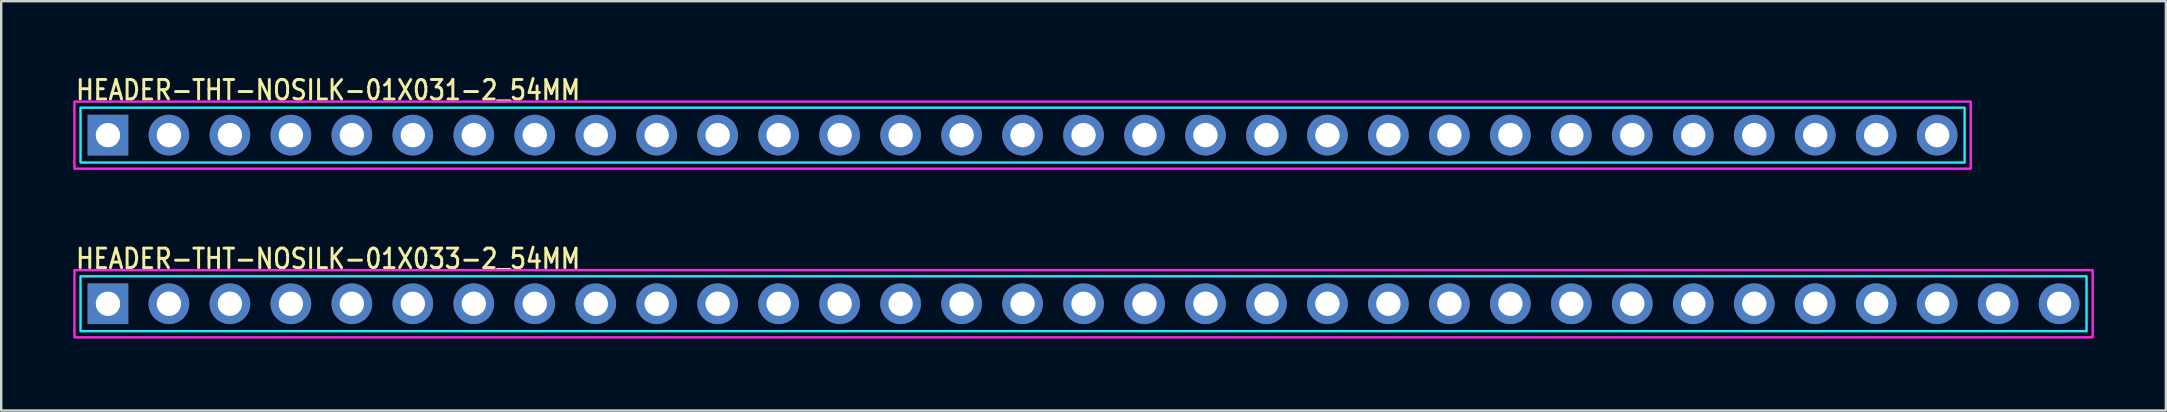
<source format=kicad_pcb>
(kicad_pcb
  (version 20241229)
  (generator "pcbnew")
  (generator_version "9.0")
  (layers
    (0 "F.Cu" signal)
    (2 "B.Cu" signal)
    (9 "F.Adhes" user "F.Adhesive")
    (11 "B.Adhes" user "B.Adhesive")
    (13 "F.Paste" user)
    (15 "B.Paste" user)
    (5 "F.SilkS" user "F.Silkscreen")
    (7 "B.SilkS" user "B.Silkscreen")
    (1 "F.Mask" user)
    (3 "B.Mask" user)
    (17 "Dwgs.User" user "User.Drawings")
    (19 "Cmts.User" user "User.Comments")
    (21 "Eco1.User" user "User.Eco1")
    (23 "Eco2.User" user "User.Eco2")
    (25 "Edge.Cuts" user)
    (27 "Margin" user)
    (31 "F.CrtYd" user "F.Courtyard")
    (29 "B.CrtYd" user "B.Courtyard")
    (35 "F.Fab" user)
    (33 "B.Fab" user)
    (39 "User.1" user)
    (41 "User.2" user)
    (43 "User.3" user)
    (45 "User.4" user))
  (footprint "HEADER-THT-NOSILK-01X033-2_54MM"
    (layer "F.Cu")
    (at 1.447 9.604)
    (property "Reference" "HEADER-THT-NOSILK-01X033-2_54MM" (at -1.4 -1.4 0) (unlocked yes) (layer "F.SilkS") (effects (font (size 0.813 0.695) (thickness 0.122)) (justify left bottom)))
    (fp_poly (pts (xy -1.143 -1.143) (xy 82.423 -1.143) (xy 82.423 1.143) (xy -1.143 1.143)) (stroke (width 0.1) (type solid)) (fill no) (layer "B.CrtYd"))
    (fp_poly (pts (xy -1.397 -1.397) (xy 82.677 -1.397) (xy 82.677 1.397) (xy -1.397 1.397)) (stroke (width 0.1) (type solid)) (fill no) (layer "F.CrtYd"))
    (pad "1" thru_hole rect (at 0 0) (size 1.693 1.693) (drill 1.016) (layers "*.Cu" "*.Mask"))
    (pad "2" thru_hole oval (at 2.54 0) (size 1.693 1.693) (drill 1.016) (layers "*.Cu" "*.Mask"))
    (pad "3" thru_hole oval (at 5.08 0) (size 1.693 1.693) (drill 1.016) (layers "*.Cu" "*.Mask"))
    (pad "4" thru_hole oval (at 7.62 0) (size 1.693 1.693) (drill 1.016) (layers "*.Cu" "*.Mask"))
    (pad "5" thru_hole oval (at 10.16 0) (size 1.693 1.693) (drill 1.016) (layers "*.Cu" "*.Mask"))
    (pad "6" thru_hole oval (at 12.7 0) (size 1.693 1.693) (drill 1.016) (layers "*.Cu" "*.Mask"))
    (pad "7" thru_hole oval (at 15.24 0) (size 1.693 1.693) (drill 1.016) (layers "*.Cu" "*.Mask"))
    (pad "8" thru_hole oval (at 17.78 0) (size 1.693 1.693) (drill 1.016) (layers "*.Cu" "*.Mask"))
    (pad "9" thru_hole oval (at 20.32 0) (size 1.693 1.693) (drill 1.016) (layers "*.Cu" "*.Mask"))
    (pad "10" thru_hole oval (at 22.86 0) (size 1.693 1.693) (drill 1.016) (layers "*.Cu" "*.Mask"))
    (pad "11" thru_hole oval (at 25.4 0) (size 1.693 1.693) (drill 1.016) (layers "*.Cu" "*.Mask"))
    (pad "12" thru_hole oval (at 27.94 0) (size 1.693 1.693) (drill 1.016) (layers "*.Cu" "*.Mask"))
    (pad "13" thru_hole oval (at 30.48 0) (size 1.693 1.693) (drill 1.016) (layers "*.Cu" "*.Mask"))
    (pad "14" thru_hole oval (at 33.02 0) (size 1.693 1.693) (drill 1.016) (layers "*.Cu" "*.Mask"))
    (pad "15" thru_hole oval (at 35.56 0) (size 1.693 1.693) (drill 1.016) (layers "*.Cu" "*.Mask"))
    (pad "16" thru_hole oval (at 38.1 0) (size 1.693 1.693) (drill 1.016) (layers "*.Cu" "*.Mask"))
    (pad "17" thru_hole oval (at 40.64 0) (size 1.693 1.693) (drill 1.016) (layers "*.Cu" "*.Mask"))
    (pad "18" thru_hole oval (at 43.18 0) (size 1.693 1.693) (drill 1.016) (layers "*.Cu" "*.Mask"))
    (pad "19" thru_hole oval (at 45.72 0) (size 1.693 1.693) (drill 1.016) (layers "*.Cu" "*.Mask"))
    (pad "20" thru_hole oval (at 48.26 0) (size 1.693 1.693) (drill 1.016) (layers "*.Cu" "*.Mask"))
    (pad "21" thru_hole oval (at 50.8 0) (size 1.693 1.693) (drill 1.016) (layers "*.Cu" "*.Mask"))
    (pad "22" thru_hole oval (at 53.34 0) (size 1.693 1.693) (drill 1.016) (layers "*.Cu" "*.Mask"))
    (pad "23" thru_hole oval (at 55.88 0) (size 1.693 1.693) (drill 1.016) (layers "*.Cu" "*.Mask"))
    (pad "24" thru_hole oval (at 58.42 0) (size 1.693 1.693) (drill 1.016) (layers "*.Cu" "*.Mask"))
    (pad "25" thru_hole oval (at 60.96 0) (size 1.693 1.693) (drill 1.016) (layers "*.Cu" "*.Mask"))
    (pad "26" thru_hole oval (at 63.5 0) (size 1.693 1.693) (drill 1.016) (layers "*.Cu" "*.Mask"))
    (pad "27" thru_hole oval (at 66.04 0) (size 1.693 1.693) (drill 1.016) (layers "*.Cu" "*.Mask"))
    (pad "28" thru_hole oval (at 68.58 0) (size 1.693 1.693) (drill 1.016) (layers "*.Cu" "*.Mask"))
    (pad "29" thru_hole oval (at 71.12 0) (size 1.693 1.693) (drill 1.016) (layers "*.Cu" "*.Mask"))
    (pad "30" thru_hole oval (at 73.66 0) (size 1.693 1.693) (drill 1.016) (layers "*.Cu" "*.Mask"))
    (pad "31" thru_hole oval (at 76.2 0) (size 1.693 1.693) (drill 1.016) (layers "*.Cu" "*.Mask"))
    (pad "32" thru_hole oval (at 78.74 0) (size 1.693 1.693) (drill 1.016) (layers "*.Cu" "*.Mask"))
    (pad "33" thru_hole oval (at 81.28 0) (size 1.693 1.693) (drill 1.016) (layers "*.Cu" "*.Mask")))
  (footprint "HEADER-THT-NOSILK-01X031-2_54MM"
    (layer "F.Cu")
    (at 1.447 2.579)
    (property "Reference" "HEADER-THT-NOSILK-01X031-2_54MM" (at -1.4 -1.4 0) (unlocked yes) (layer "F.SilkS") (effects (font (size 0.813 0.695) (thickness 0.122)) (justify left bottom)))
    (fp_poly (pts (xy -1.143 -1.143) (xy 77.343 -1.143) (xy 77.343 1.143) (xy -1.143 1.143)) (stroke (width 0.1) (type solid)) (fill no) (layer "B.CrtYd"))
    (fp_poly (pts (xy -1.397 -1.397) (xy 77.597 -1.397) (xy 77.597 1.397) (xy -1.397 1.397)) (stroke (width 0.1) (type solid)) (fill no) (layer "F.CrtYd"))
    (pad "1" thru_hole rect (at 0 0) (size 1.693 1.693) (drill 1.016) (layers "*.Cu" "*.Mask"))
    (pad "2" thru_hole oval (at 2.54 0) (size 1.693 1.693) (drill 1.016) (layers "*.Cu" "*.Mask"))
    (pad "3" thru_hole oval (at 5.08 0) (size 1.693 1.693) (drill 1.016) (layers "*.Cu" "*.Mask"))
    (pad "4" thru_hole oval (at 7.62 0) (size 1.693 1.693) (drill 1.016) (layers "*.Cu" "*.Mask"))
    (pad "5" thru_hole oval (at 10.16 0) (size 1.693 1.693) (drill 1.016) (layers "*.Cu" "*.Mask"))
    (pad "6" thru_hole oval (at 12.7 0) (size 1.693 1.693) (drill 1.016) (layers "*.Cu" "*.Mask"))
    (pad "7" thru_hole oval (at 15.24 0) (size 1.693 1.693) (drill 1.016) (layers "*.Cu" "*.Mask"))
    (pad "8" thru_hole oval (at 17.78 0) (size 1.693 1.693) (drill 1.016) (layers "*.Cu" "*.Mask"))
    (pad "9" thru_hole oval (at 20.32 0) (size 1.693 1.693) (drill 1.016) (layers "*.Cu" "*.Mask"))
    (pad "10" thru_hole oval (at 22.86 0) (size 1.693 1.693) (drill 1.016) (layers "*.Cu" "*.Mask"))
    (pad "11" thru_hole oval (at 25.4 0) (size 1.693 1.693) (drill 1.016) (layers "*.Cu" "*.Mask"))
    (pad "12" thru_hole oval (at 27.94 0) (size 1.693 1.693) (drill 1.016) (layers "*.Cu" "*.Mask"))
    (pad "13" thru_hole oval (at 30.48 0) (size 1.693 1.693) (drill 1.016) (layers "*.Cu" "*.Mask"))
    (pad "14" thru_hole oval (at 33.02 0) (size 1.693 1.693) (drill 1.016) (layers "*.Cu" "*.Mask"))
    (pad "15" thru_hole oval (at 35.56 0) (size 1.693 1.693) (drill 1.016) (layers "*.Cu" "*.Mask"))
    (pad "16" thru_hole oval (at 38.1 0) (size 1.693 1.693) (drill 1.016) (layers "*.Cu" "*.Mask"))
    (pad "17" thru_hole oval (at 40.64 0) (size 1.693 1.693) (drill 1.016) (layers "*.Cu" "*.Mask"))
    (pad "18" thru_hole oval (at 43.18 0) (size 1.693 1.693) (drill 1.016) (layers "*.Cu" "*.Mask"))
    (pad "19" thru_hole oval (at 45.72 0) (size 1.693 1.693) (drill 1.016) (layers "*.Cu" "*.Mask"))
    (pad "20" thru_hole oval (at 48.26 0) (size 1.693 1.693) (drill 1.016) (layers "*.Cu" "*.Mask"))
    (pad "21" thru_hole oval (at 50.8 0) (size 1.693 1.693) (drill 1.016) (layers "*.Cu" "*.Mask"))
    (pad "22" thru_hole oval (at 53.34 0) (size 1.693 1.693) (drill 1.016) (layers "*.Cu" "*.Mask"))
    (pad "23" thru_hole oval (at 55.88 0) (size 1.693 1.693) (drill 1.016) (layers "*.Cu" "*.Mask"))
    (pad "24" thru_hole oval (at 58.42 0) (size 1.693 1.693) (drill 1.016) (layers "*.Cu" "*.Mask"))
    (pad "25" thru_hole oval (at 60.96 0) (size 1.693 1.693) (drill 1.016) (layers "*.Cu" "*.Mask"))
    (pad "26" thru_hole oval (at 63.5 0) (size 1.693 1.693) (drill 1.016) (layers "*.Cu" "*.Mask"))
    (pad "27" thru_hole oval (at 66.04 0) (size 1.693 1.693) (drill 1.016) (layers "*.Cu" "*.Mask"))
    (pad "28" thru_hole oval (at 68.58 0) (size 1.693 1.693) (drill 1.016) (layers "*.Cu" "*.Mask"))
    (pad "29" thru_hole oval (at 71.12 0) (size 1.693 1.693) (drill 1.016) (layers "*.Cu" "*.Mask"))
    (pad "30" thru_hole oval (at 73.66 0) (size 1.693 1.693) (drill 1.016) (layers "*.Cu" "*.Mask"))
    (pad "31" thru_hole oval (at 76.2 0) (size 1.693 1.693) (drill 1.016) (layers "*.Cu" "*.Mask")))
  (gr_rect
    (start -3 -3)
    (end 87.174 14.051)
    (stroke (width 0.1) (type default))
    (fill no)
    (layer "Edge.Cuts")))
</source>
